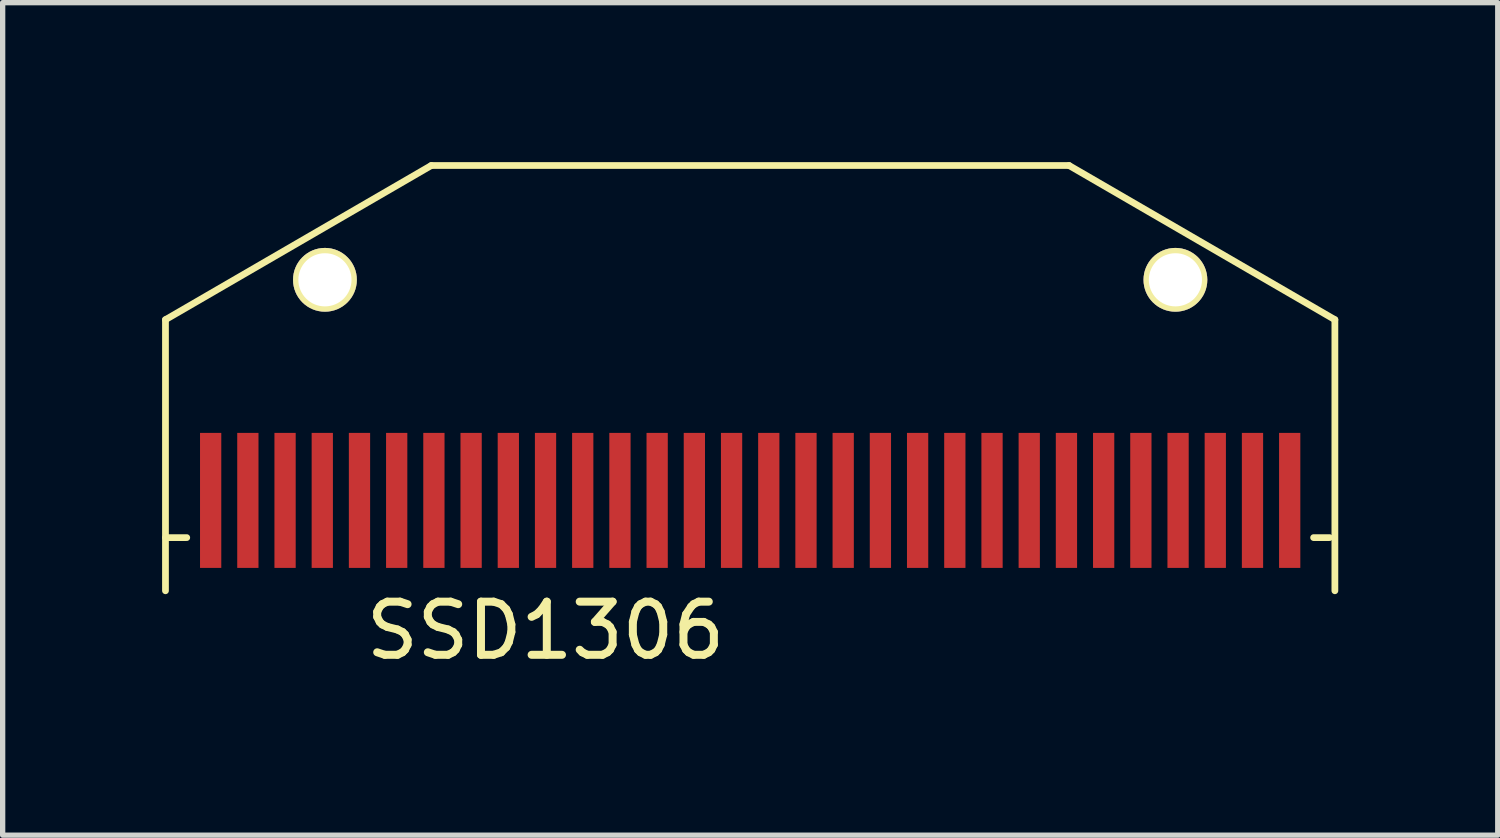
<source format=kicad_pcb>
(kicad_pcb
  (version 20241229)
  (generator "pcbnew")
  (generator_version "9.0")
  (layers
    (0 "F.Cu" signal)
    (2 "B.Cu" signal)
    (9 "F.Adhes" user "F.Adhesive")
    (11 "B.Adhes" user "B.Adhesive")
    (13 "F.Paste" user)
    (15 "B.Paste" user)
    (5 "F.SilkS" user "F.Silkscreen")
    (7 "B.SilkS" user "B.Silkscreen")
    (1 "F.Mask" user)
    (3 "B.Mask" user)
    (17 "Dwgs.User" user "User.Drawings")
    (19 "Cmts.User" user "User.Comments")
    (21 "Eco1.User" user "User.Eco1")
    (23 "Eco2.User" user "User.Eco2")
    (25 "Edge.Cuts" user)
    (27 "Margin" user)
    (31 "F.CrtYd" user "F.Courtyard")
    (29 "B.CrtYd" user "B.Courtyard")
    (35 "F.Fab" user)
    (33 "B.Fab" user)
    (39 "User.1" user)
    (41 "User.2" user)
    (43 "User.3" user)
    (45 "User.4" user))
  (footprint "SSD1306"
    (layer "F.Cu")
    (at 11.063 7.064)
    (property "Reference" "SSD1306" (at -3.85 1.75 0) (layer "F.SilkS") (effects (font (size 1 1) (thickness 0.15))))
    (attr smd)
    (fp_line (start -11 -4.1) (end -6 -7) (stroke (width 0.127) (type solid)) (layer "F.SilkS"))
    (fp_line (start -11 0) (end -10.6 0) (stroke (width 0.127) (type solid)) (layer "F.SilkS"))
    (fp_line (start -11 1) (end -11 -4.1) (stroke (width 0.127) (type solid)) (layer "F.SilkS"))
    (fp_line (start -6 -7) (end 6 -7) (stroke (width 0.127) (type solid)) (layer "F.SilkS"))
    (fp_line (start 10.9 0) (end 10.6 0) (stroke (width 0.127) (type solid)) (layer "F.SilkS"))
    (fp_line (start 11 -4.1) (end 6 -7) (stroke (width 0.127) (type solid)) (layer "F.SilkS"))
    (fp_line (start 11 -4.1) (end 11 1) (stroke (width 0.127) (type solid)) (layer "F.SilkS"))
    (pad "" np_thru_hole circle (at -8 -4.85) (size 1.2 1.2) (drill 1) (layers "*.Cu" "*.Mask" "F.SilkS"))
    (pad "" np_thru_hole circle (at 8 -4.85) (size 1.2 1.2) (drill 1) (layers "*.Cu" "*.Mask" "F.SilkS"))
    (pad "1" smd rect (at -10.15 -0.7) (size 0.4 2.54) (layers "F.Cu" "F.Mask" "F.Paste"))
    (pad "2" smd rect (at -9.45 -0.7) (size 0.4 2.54) (layers "F.Cu" "F.Mask" "F.Paste"))
    (pad "3" smd rect (at -8.75 -0.7) (size 0.4 2.54) (layers "F.Cu" "F.Mask" "F.Paste"))
    (pad "4" smd rect (at -8.05 -0.7) (size 0.4 2.54) (layers "F.Cu" "F.Mask" "F.Paste"))
    (pad "5" smd rect (at -7.35 -0.7) (size 0.4 2.54) (layers "F.Cu" "F.Mask" "F.Paste"))
    (pad "6" smd rect (at -6.65 -0.7) (size 0.4 2.54) (layers "F.Cu" "F.Mask" "F.Paste"))
    (pad "7" smd rect (at -5.95 -0.7) (size 0.4 2.54) (layers "F.Cu" "F.Mask" "F.Paste"))
    (pad "8" smd rect (at -5.25 -0.7) (size 0.4 2.54) (layers "F.Cu" "F.Mask" "F.Paste"))
    (pad "9" smd rect (at -4.55 -0.7) (size 0.4 2.54) (layers "F.Cu" "F.Mask" "F.Paste"))
    (pad "10" smd rect (at -3.85 -0.7) (size 0.4 2.54) (layers "F.Cu" "F.Mask" "F.Paste"))
    (pad "11" smd rect (at -3.15 -0.7) (size 0.4 2.54) (layers "F.Cu" "F.Mask" "F.Paste"))
    (pad "12" smd rect (at -2.45 -0.7) (size 0.4 2.54) (layers "F.Cu" "F.Mask" "F.Paste"))
    (pad "13" smd rect (at -1.75 -0.7) (size 0.4 2.54) (layers "F.Cu" "F.Mask" "F.Paste"))
    (pad "14" smd rect (at -1.05 -0.7) (size 0.4 2.54) (layers "F.Cu" "F.Mask" "F.Paste"))
    (pad "15" smd rect (at -0.35 -0.7) (size 0.4 2.54) (layers "F.Cu" "F.Mask" "F.Paste"))
    (pad "16" smd rect (at 0.35 -0.7) (size 0.4 2.54) (layers "F.Cu" "F.Mask" "F.Paste"))
    (pad "17" smd rect (at 1.05 -0.7) (size 0.4 2.54) (layers "F.Cu" "F.Mask" "F.Paste"))
    (pad "18" smd rect (at 1.75 -0.7) (size 0.4 2.54) (layers "F.Cu" "F.Mask" "F.Paste"))
    (pad "19" smd rect (at 2.45 -0.7) (size 0.4 2.54) (layers "F.Cu" "F.Mask" "F.Paste"))
    (pad "20" smd rect (at 3.15 -0.7) (size 0.4 2.54) (layers "F.Cu" "F.Mask" "F.Paste"))
    (pad "21" smd rect (at 3.85 -0.7) (size 0.4 2.54) (layers "F.Cu" "F.Mask" "F.Paste"))
    (pad "22" smd rect (at 4.55 -0.7) (size 0.4 2.54) (layers "F.Cu" "F.Mask" "F.Paste"))
    (pad "23" smd rect (at 5.25 -0.7) (size 0.4 2.54) (layers "F.Cu" "F.Mask" "F.Paste"))
    (pad "24" smd rect (at 5.95 -0.7) (size 0.4 2.54) (layers "F.Cu" "F.Mask" "F.Paste"))
    (pad "25" smd rect (at 6.65 -0.7) (size 0.4 2.54) (layers "F.Cu" "F.Mask" "F.Paste"))
    (pad "26" smd rect (at 7.35 -0.7) (size 0.4 2.54) (layers "F.Cu" "F.Mask" "F.Paste"))
    (pad "27" smd rect (at 8.05 -0.7) (size 0.4 2.54) (layers "F.Cu" "F.Mask" "F.Paste"))
    (pad "28" smd rect (at 8.75 -0.7) (size 0.4 2.54) (layers "F.Cu" "F.Mask" "F.Paste"))
    (pad "29" smd rect (at 9.45 -0.7) (size 0.4 2.54) (layers "F.Cu" "F.Mask" "F.Paste"))
    (pad "30" smd rect (at 10.15 -0.7) (size 0.4 2.54) (layers "F.Cu" "F.Mask" "F.Paste")))
  (gr_rect
    (start -3 -3)
    (end 25.127 12.662)
    (stroke (width 0.1) (type default))
    (fill no)
    (layer "Edge.Cuts")))
</source>
